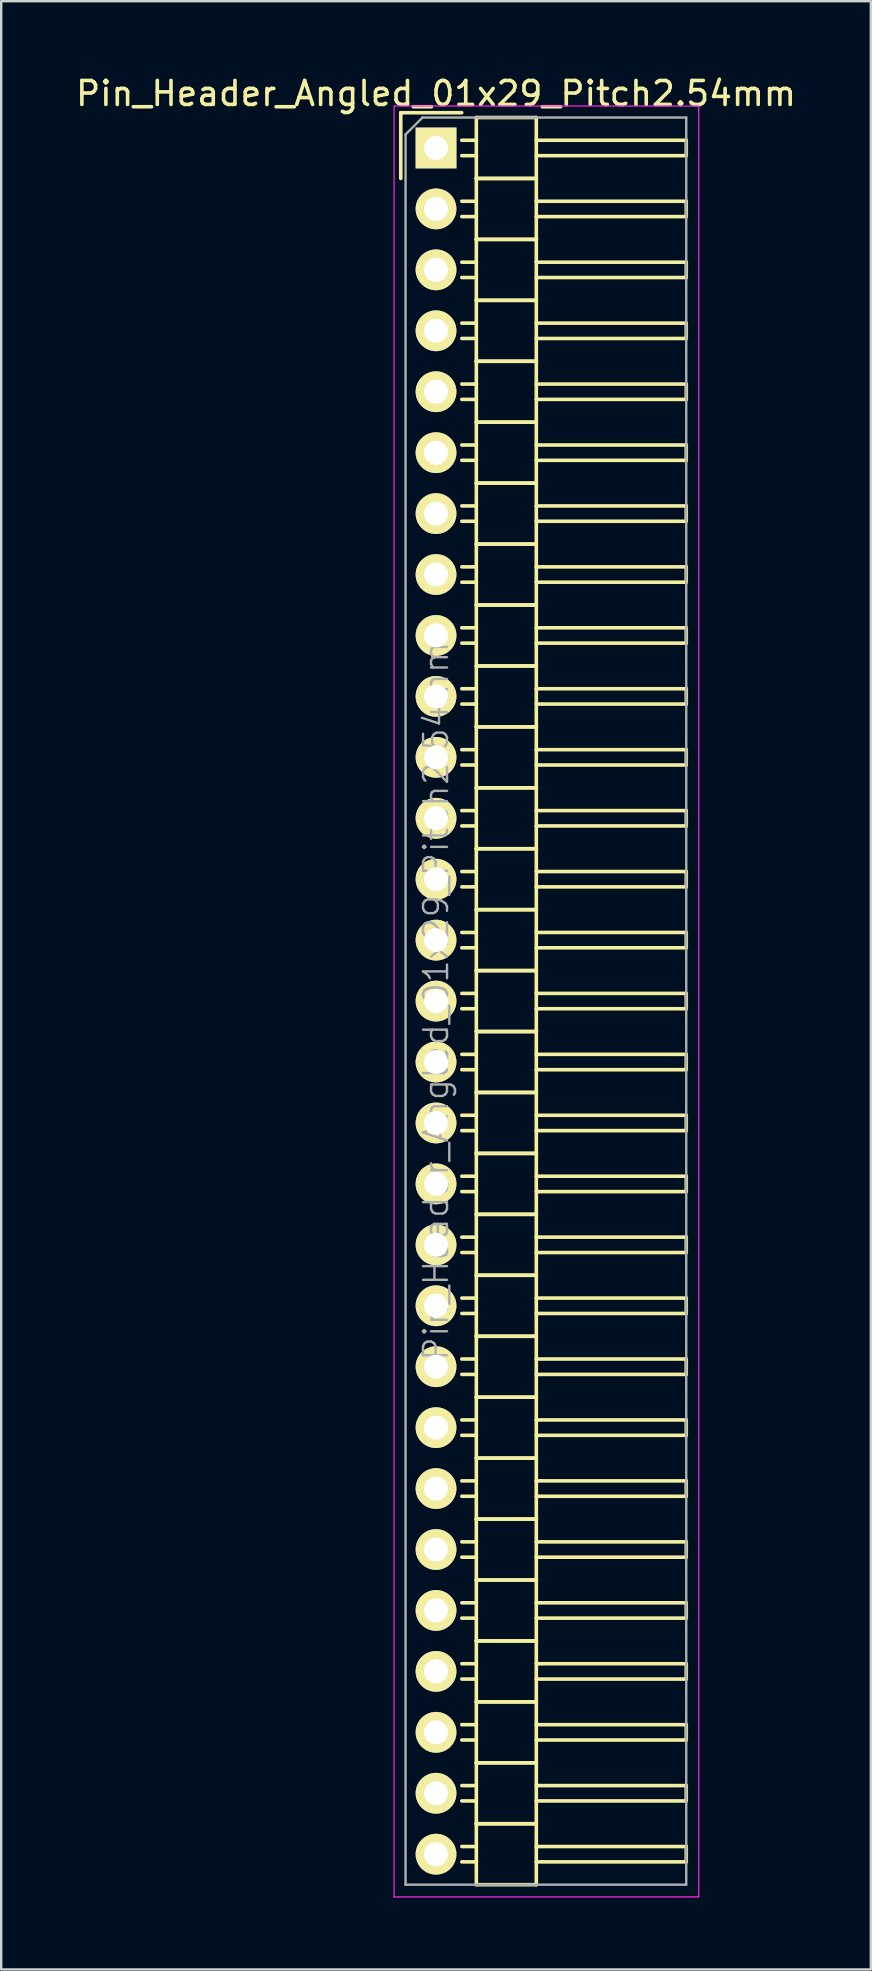
<source format=kicad_pcb>
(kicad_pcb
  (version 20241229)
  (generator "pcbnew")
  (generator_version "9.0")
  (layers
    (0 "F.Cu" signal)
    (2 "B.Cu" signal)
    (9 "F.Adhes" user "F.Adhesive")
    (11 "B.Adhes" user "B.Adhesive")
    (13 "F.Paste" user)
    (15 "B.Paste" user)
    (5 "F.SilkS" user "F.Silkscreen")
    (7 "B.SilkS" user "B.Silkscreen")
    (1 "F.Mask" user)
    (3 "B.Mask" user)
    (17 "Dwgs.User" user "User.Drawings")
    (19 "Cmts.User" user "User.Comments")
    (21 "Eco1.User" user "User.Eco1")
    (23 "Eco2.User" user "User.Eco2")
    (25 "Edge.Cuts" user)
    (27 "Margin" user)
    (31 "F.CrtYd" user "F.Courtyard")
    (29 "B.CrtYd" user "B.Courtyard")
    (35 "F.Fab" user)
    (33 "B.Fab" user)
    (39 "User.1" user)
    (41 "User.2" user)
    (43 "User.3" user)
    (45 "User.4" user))
  (footprint "Pin_Header_Angled_01x29_Pitch2.54mm"
    (layer "F.Cu")
    (at 15.125 3.118)
    (property "Reference" "Pin_Header_Angled_01x29_Pitch2.54mm" (at 0 -2.27 0) (layer "F.SilkS") (effects (font (size 1 1) (thickness 0.15))))
    (attr smd)
    (fp_line (start -1.47 -1.47) (end -1.47 1.27) (stroke (width 0.15) (type solid)) (layer "F.SilkS"))
    (fp_line (start -1.47 -1.47) (end 1.07 -1.47) (stroke (width 0.15) (type solid)) (layer "F.SilkS"))
    (fp_line (start 1.68 -0.32) (end 1.075 -0.32) (stroke (width 0.15) (type solid)) (layer "F.SilkS"))
    (fp_line (start 1.68 0.32) (end 1.075 0.32) (stroke (width 0.15) (type solid)) (layer "F.SilkS"))
    (fp_line (start 1.68 1.27) (end 1.68 -1.27) (stroke (width 0.15) (type solid)) (layer "F.SilkS"))
    (fp_line (start 1.68 2.22) (end 1.075 2.22) (stroke (width 0.15) (type solid)) (layer "F.SilkS"))
    (fp_line (start 1.68 2.86) (end 1.075 2.86) (stroke (width 0.15) (type solid)) (layer "F.SilkS"))
    (fp_line (start 1.68 3.81) (end 1.68 1.27) (stroke (width 0.15) (type solid)) (layer "F.SilkS"))
    (fp_line (start 1.68 4.76) (end 1.075 4.76) (stroke (width 0.15) (type solid)) (layer "F.SilkS"))
    (fp_line (start 1.68 5.4) (end 1.075 5.4) (stroke (width 0.15) (type solid)) (layer "F.SilkS"))
    (fp_line (start 1.68 6.35) (end 1.68 3.81) (stroke (width 0.15) (type solid)) (layer "F.SilkS"))
    (fp_line (start 1.68 7.3) (end 1.075 7.3) (stroke (width 0.15) (type solid)) (layer "F.SilkS"))
    (fp_line (start 1.68 7.94) (end 1.075 7.94) (stroke (width 0.15) (type solid)) (layer "F.SilkS"))
    (fp_line (start 1.68 8.89) (end 1.68 6.35) (stroke (width 0.15) (type solid)) (layer "F.SilkS"))
    (fp_line (start 1.68 9.84) (end 1.075 9.84) (stroke (width 0.15) (type solid)) (layer "F.SilkS"))
    (fp_line (start 1.68 10.48) (end 1.075 10.48) (stroke (width 0.15) (type solid)) (layer "F.SilkS"))
    (fp_line (start 1.68 11.43) (end 1.68 8.89) (stroke (width 0.15) (type solid)) (layer "F.SilkS"))
    (fp_line (start 1.68 12.38) (end 1.075 12.38) (stroke (width 0.15) (type solid)) (layer "F.SilkS"))
    (fp_line (start 1.68 13.02) (end 1.075 13.02) (stroke (width 0.15) (type solid)) (layer "F.SilkS"))
    (fp_line (start 1.68 13.97) (end 1.68 11.43) (stroke (width 0.15) (type solid)) (layer "F.SilkS"))
    (fp_line (start 1.68 14.92) (end 1.075 14.92) (stroke (width 0.15) (type solid)) (layer "F.SilkS"))
    (fp_line (start 1.68 15.56) (end 1.075 15.56) (stroke (width 0.15) (type solid)) (layer "F.SilkS"))
    (fp_line (start 1.68 16.51) (end 1.68 13.97) (stroke (width 0.15) (type solid)) (layer "F.SilkS"))
    (fp_line (start 1.68 17.46) (end 1.075 17.46) (stroke (width 0.15) (type solid)) (layer "F.SilkS"))
    (fp_line (start 1.68 18.1) (end 1.075 18.1) (stroke (width 0.15) (type solid)) (layer "F.SilkS"))
    (fp_line (start 1.68 19.05) (end 1.68 16.51) (stroke (width 0.15) (type solid)) (layer "F.SilkS"))
    (fp_line (start 1.68 20) (end 1.075 20) (stroke (width 0.15) (type solid)) (layer "F.SilkS"))
    (fp_line (start 1.68 20.64) (end 1.075 20.64) (stroke (width 0.15) (type solid)) (layer "F.SilkS"))
    (fp_line (start 1.68 21.59) (end 1.68 19.05) (stroke (width 0.15) (type solid)) (layer "F.SilkS"))
    (fp_line (start 1.68 22.54) (end 1.075 22.54) (stroke (width 0.15) (type solid)) (layer "F.SilkS"))
    (fp_line (start 1.68 23.18) (end 1.075 23.18) (stroke (width 0.15) (type solid)) (layer "F.SilkS"))
    (fp_line (start 1.68 24.13) (end 1.68 21.59) (stroke (width 0.15) (type solid)) (layer "F.SilkS"))
    (fp_line (start 1.68 25.08) (end 1.075 25.08) (stroke (width 0.15) (type solid)) (layer "F.SilkS"))
    (fp_line (start 1.68 25.72) (end 1.075 25.72) (stroke (width 0.15) (type solid)) (layer "F.SilkS"))
    (fp_line (start 1.68 26.67) (end 1.68 24.13) (stroke (width 0.15) (type solid)) (layer "F.SilkS"))
    (fp_line (start 1.68 27.62) (end 1.075 27.62) (stroke (width 0.15) (type solid)) (layer "F.SilkS"))
    (fp_line (start 1.68 28.26) (end 1.075 28.26) (stroke (width 0.15) (type solid)) (layer "F.SilkS"))
    (fp_line (start 1.68 29.21) (end 1.68 26.67) (stroke (width 0.15) (type solid)) (layer "F.SilkS"))
    (fp_line (start 1.68 30.16) (end 1.075 30.16) (stroke (width 0.15) (type solid)) (layer "F.SilkS"))
    (fp_line (start 1.68 30.8) (end 1.075 30.8) (stroke (width 0.15) (type solid)) (layer "F.SilkS"))
    (fp_line (start 1.68 31.75) (end 1.68 29.21) (stroke (width 0.15) (type solid)) (layer "F.SilkS"))
    (fp_line (start 1.68 32.7) (end 1.075 32.7) (stroke (width 0.15) (type solid)) (layer "F.SilkS"))
    (fp_line (start 1.68 33.34) (end 1.075 33.34) (stroke (width 0.15) (type solid)) (layer "F.SilkS"))
    (fp_line (start 1.68 34.29) (end 1.68 31.75) (stroke (width 0.15) (type solid)) (layer "F.SilkS"))
    (fp_line (start 1.68 35.24) (end 1.075 35.24) (stroke (width 0.15) (type solid)) (layer "F.SilkS"))
    (fp_line (start 1.68 35.88) (end 1.075 35.88) (stroke (width 0.15) (type solid)) (layer "F.SilkS"))
    (fp_line (start 1.68 36.83) (end 1.68 34.29) (stroke (width 0.15) (type solid)) (layer "F.SilkS"))
    (fp_line (start 1.68 37.78) (end 1.075 37.78) (stroke (width 0.15) (type solid)) (layer "F.SilkS"))
    (fp_line (start 1.68 38.42) (end 1.075 38.42) (stroke (width 0.15) (type solid)) (layer "F.SilkS"))
    (fp_line (start 1.68 39.37) (end 1.68 36.83) (stroke (width 0.15) (type solid)) (layer "F.SilkS"))
    (fp_line (start 1.68 40.32) (end 1.075 40.32) (stroke (width 0.15) (type solid)) (layer "F.SilkS"))
    (fp_line (start 1.68 40.96) (end 1.075 40.96) (stroke (width 0.15) (type solid)) (layer "F.SilkS"))
    (fp_line (start 1.68 41.91) (end 1.68 39.37) (stroke (width 0.15) (type solid)) (layer "F.SilkS"))
    (fp_line (start 1.68 42.86) (end 1.075 42.86) (stroke (width 0.15) (type solid)) (layer "F.SilkS"))
    (fp_line (start 1.68 43.5) (end 1.075 43.5) (stroke (width 0.15) (type solid)) (layer "F.SilkS"))
    (fp_line (start 1.68 44.45) (end 1.68 41.91) (stroke (width 0.15) (type solid)) (layer "F.SilkS"))
    (fp_line (start 1.68 45.4) (end 1.075 45.4) (stroke (width 0.15) (type solid)) (layer "F.SilkS"))
    (fp_line (start 1.68 46.04) (end 1.075 46.04) (stroke (width 0.15) (type solid)) (layer "F.SilkS"))
    (fp_line (start 1.68 46.99) (end 1.68 44.45) (stroke (width 0.15) (type solid)) (layer "F.SilkS"))
    (fp_line (start 1.68 47.94) (end 1.075 47.94) (stroke (width 0.15) (type solid)) (layer "F.SilkS"))
    (fp_line (start 1.68 48.58) (end 1.075 48.58) (stroke (width 0.15) (type solid)) (layer "F.SilkS"))
    (fp_line (start 1.68 49.53) (end 1.68 46.99) (stroke (width 0.15) (type solid)) (layer "F.SilkS"))
    (fp_line (start 1.68 50.48) (end 1.075 50.48) (stroke (width 0.15) (type solid)) (layer "F.SilkS"))
    (fp_line (start 1.68 51.12) (end 1.075 51.12) (stroke (width 0.15) (type solid)) (layer "F.SilkS"))
    (fp_line (start 1.68 52.07) (end 1.68 49.53) (stroke (width 0.15) (type solid)) (layer "F.SilkS"))
    (fp_line (start 1.68 53.02) (end 1.075 53.02) (stroke (width 0.15) (type solid)) (layer "F.SilkS"))
    (fp_line (start 1.68 53.66) (end 1.075 53.66) (stroke (width 0.15) (type solid)) (layer "F.SilkS"))
    (fp_line (start 1.68 54.61) (end 1.68 52.07) (stroke (width 0.15) (type solid)) (layer "F.SilkS"))
    (fp_line (start 1.68 55.56) (end 1.075 55.56) (stroke (width 0.15) (type solid)) (layer "F.SilkS"))
    (fp_line (start 1.68 56.2) (end 1.075 56.2) (stroke (width 0.15) (type solid)) (layer "F.SilkS"))
    (fp_line (start 1.68 57.15) (end 1.68 54.61) (stroke (width 0.15) (type solid)) (layer "F.SilkS"))
    (fp_line (start 1.68 58.1) (end 1.075 58.1) (stroke (width 0.15) (type solid)) (layer "F.SilkS"))
    (fp_line (start 1.68 58.74) (end 1.075 58.74) (stroke (width 0.15) (type solid)) (layer "F.SilkS"))
    (fp_line (start 1.68 59.69) (end 1.68 57.15) (stroke (width 0.15) (type solid)) (layer "F.SilkS"))
    (fp_line (start 1.68 60.64) (end 1.075 60.64) (stroke (width 0.15) (type solid)) (layer "F.SilkS"))
    (fp_line (start 1.68 61.28) (end 1.075 61.28) (stroke (width 0.15) (type solid)) (layer "F.SilkS"))
    (fp_line (start 1.68 62.23) (end 1.68 59.69) (stroke (width 0.15) (type solid)) (layer "F.SilkS"))
    (fp_line (start 1.68 63.18) (end 1.075 63.18) (stroke (width 0.15) (type solid)) (layer "F.SilkS"))
    (fp_line (start 1.68 63.82) (end 1.075 63.82) (stroke (width 0.15) (type solid)) (layer "F.SilkS"))
    (fp_line (start 1.68 64.77) (end 1.68 62.23) (stroke (width 0.15) (type solid)) (layer "F.SilkS"))
    (fp_line (start 1.68 65.72) (end 1.075 65.72) (stroke (width 0.15) (type solid)) (layer "F.SilkS"))
    (fp_line (start 1.68 66.36) (end 1.075 66.36) (stroke (width 0.15) (type solid)) (layer "F.SilkS"))
    (fp_line (start 1.68 67.31) (end 1.68 64.77) (stroke (width 0.15) (type solid)) (layer "F.SilkS"))
    (fp_line (start 1.68 68.26) (end 1.075 68.26) (stroke (width 0.15) (type solid)) (layer "F.SilkS"))
    (fp_line (start 1.68 68.9) (end 1.075 68.9) (stroke (width 0.15) (type solid)) (layer "F.SilkS"))
    (fp_line (start 1.68 69.85) (end 1.68 67.31) (stroke (width 0.15) (type solid)) (layer "F.SilkS"))
    (fp_line (start 1.68 70.8) (end 1.075 70.8) (stroke (width 0.15) (type solid)) (layer "F.SilkS"))
    (fp_line (start 1.68 71.44) (end 1.075 71.44) (stroke (width 0.15) (type solid)) (layer "F.SilkS"))
    (fp_line (start 1.68 72.39) (end 1.68 69.85) (stroke (width 0.15) (type solid)) (layer "F.SilkS"))
    (fp_line (start 4.18 -1.27) (end 1.68 -1.27) (stroke (width 0.15) (type solid)) (layer "F.SilkS"))
    (fp_line (start 4.18 -0.32) (end 10.43 -0.32) (stroke (width 0.15) (type solid)) (layer "F.SilkS"))
    (fp_line (start 4.18 0.32) (end 10.43 0.32) (stroke (width 0.15) (type solid)) (layer "F.SilkS"))
    (fp_line (start 4.18 1.27) (end 1.68 1.27) (stroke (width 0.15) (type solid)) (layer "F.SilkS"))
    (fp_line (start 4.18 1.27) (end 1.68 1.27) (stroke (width 0.15) (type solid)) (layer "F.SilkS"))
    (fp_line (start 4.18 1.27) (end 4.18 -1.27) (stroke (width 0.15) (type solid)) (layer "F.SilkS"))
    (fp_line (start 4.18 2.22) (end 10.43 2.22) (stroke (width 0.15) (type solid)) (layer "F.SilkS"))
    (fp_line (start 4.18 2.86) (end 10.43 2.86) (stroke (width 0.15) (type solid)) (layer "F.SilkS"))
    (fp_line (start 4.18 3.81) (end 1.68 3.81) (stroke (width 0.15) (type solid)) (layer "F.SilkS"))
    (fp_line (start 4.18 3.81) (end 1.68 3.81) (stroke (width 0.15) (type solid)) (layer "F.SilkS"))
    (fp_line (start 4.18 3.81) (end 4.18 1.27) (stroke (width 0.15) (type solid)) (layer "F.SilkS"))
    (fp_line (start 4.18 4.76) (end 10.43 4.76) (stroke (width 0.15) (type solid)) (layer "F.SilkS"))
    (fp_line (start 4.18 5.4) (end 10.43 5.4) (stroke (width 0.15) (type solid)) (layer "F.SilkS"))
    (fp_line (start 4.18 6.35) (end 1.68 6.35) (stroke (width 0.15) (type solid)) (layer "F.SilkS"))
    (fp_line (start 4.18 6.35) (end 1.68 6.35) (stroke (width 0.15) (type solid)) (layer "F.SilkS"))
    (fp_line (start 4.18 6.35) (end 4.18 3.81) (stroke (width 0.15) (type solid)) (layer "F.SilkS"))
    (fp_line (start 4.18 7.3) (end 10.43 7.3) (stroke (width 0.15) (type solid)) (layer "F.SilkS"))
    (fp_line (start 4.18 7.94) (end 10.43 7.94) (stroke (width 0.15) (type solid)) (layer "F.SilkS"))
    (fp_line (start 4.18 8.89) (end 1.68 8.89) (stroke (width 0.15) (type solid)) (layer "F.SilkS"))
    (fp_line (start 4.18 8.89) (end 1.68 8.89) (stroke (width 0.15) (type solid)) (layer "F.SilkS"))
    (fp_line (start 4.18 8.89) (end 4.18 6.35) (stroke (width 0.15) (type solid)) (layer "F.SilkS"))
    (fp_line (start 4.18 9.84) (end 10.43 9.84) (stroke (width 0.15) (type solid)) (layer "F.SilkS"))
    (fp_line (start 4.18 10.48) (end 10.43 10.48) (stroke (width 0.15) (type solid)) (layer "F.SilkS"))
    (fp_line (start 4.18 11.43) (end 1.68 11.43) (stroke (width 0.15) (type solid)) (layer "F.SilkS"))
    (fp_line (start 4.18 11.43) (end 1.68 11.43) (stroke (width 0.15) (type solid)) (layer "F.SilkS"))
    (fp_line (start 4.18 11.43) (end 4.18 8.89) (stroke (width 0.15) (type solid)) (layer "F.SilkS"))
    (fp_line (start 4.18 12.38) (end 10.43 12.38) (stroke (width 0.15) (type solid)) (layer "F.SilkS"))
    (fp_line (start 4.18 13.02) (end 10.43 13.02) (stroke (width 0.15) (type solid)) (layer "F.SilkS"))
    (fp_line (start 4.18 13.97) (end 1.68 13.97) (stroke (width 0.15) (type solid)) (layer "F.SilkS"))
    (fp_line (start 4.18 13.97) (end 1.68 13.97) (stroke (width 0.15) (type solid)) (layer "F.SilkS"))
    (fp_line (start 4.18 13.97) (end 4.18 11.43) (stroke (width 0.15) (type solid)) (layer "F.SilkS"))
    (fp_line (start 4.18 14.92) (end 10.43 14.92) (stroke (width 0.15) (type solid)) (layer "F.SilkS"))
    (fp_line (start 4.18 15.56) (end 10.43 15.56) (stroke (width 0.15) (type solid)) (layer "F.SilkS"))
    (fp_line (start 4.18 16.51) (end 1.68 16.51) (stroke (width 0.15) (type solid)) (layer "F.SilkS"))
    (fp_line (start 4.18 16.51) (end 1.68 16.51) (stroke (width 0.15) (type solid)) (layer "F.SilkS"))
    (fp_line (start 4.18 16.51) (end 4.18 13.97) (stroke (width 0.15) (type solid)) (layer "F.SilkS"))
    (fp_line (start 4.18 17.46) (end 10.43 17.46) (stroke (width 0.15) (type solid)) (layer "F.SilkS"))
    (fp_line (start 4.18 18.1) (end 10.43 18.1) (stroke (width 0.15) (type solid)) (layer "F.SilkS"))
    (fp_line (start 4.18 19.05) (end 1.68 19.05) (stroke (width 0.15) (type solid)) (layer "F.SilkS"))
    (fp_line (start 4.18 19.05) (end 1.68 19.05) (stroke (width 0.15) (type solid)) (layer "F.SilkS"))
    (fp_line (start 4.18 19.05) (end 4.18 16.51) (stroke (width 0.15) (type solid)) (layer "F.SilkS"))
    (fp_line (start 4.18 20) (end 10.43 20) (stroke (width 0.15) (type solid)) (layer "F.SilkS"))
    (fp_line (start 4.18 20.64) (end 10.43 20.64) (stroke (width 0.15) (type solid)) (layer "F.SilkS"))
    (fp_line (start 4.18 21.59) (end 1.68 21.59) (stroke (width 0.15) (type solid)) (layer "F.SilkS"))
    (fp_line (start 4.18 21.59) (end 1.68 21.59) (stroke (width 0.15) (type solid)) (layer "F.SilkS"))
    (fp_line (start 4.18 21.59) (end 4.18 19.05) (stroke (width 0.15) (type solid)) (layer "F.SilkS"))
    (fp_line (start 4.18 22.54) (end 10.43 22.54) (stroke (width 0.15) (type solid)) (layer "F.SilkS"))
    (fp_line (start 4.18 23.18) (end 10.43 23.18) (stroke (width 0.15) (type solid)) (layer "F.SilkS"))
    (fp_line (start 4.18 24.13) (end 1.68 24.13) (stroke (width 0.15) (type solid)) (layer "F.SilkS"))
    (fp_line (start 4.18 24.13) (end 1.68 24.13) (stroke (width 0.15) (type solid)) (layer "F.SilkS"))
    (fp_line (start 4.18 24.13) (end 4.18 21.59) (stroke (width 0.15) (type solid)) (layer "F.SilkS"))
    (fp_line (start 4.18 25.08) (end 10.43 25.08) (stroke (width 0.15) (type solid)) (layer "F.SilkS"))
    (fp_line (start 4.18 25.72) (end 10.43 25.72) (stroke (width 0.15) (type solid)) (layer "F.SilkS"))
    (fp_line (start 4.18 26.67) (end 1.68 26.67) (stroke (width 0.15) (type solid)) (layer "F.SilkS"))
    (fp_line (start 4.18 26.67) (end 1.68 26.67) (stroke (width 0.15) (type solid)) (layer "F.SilkS"))
    (fp_line (start 4.18 26.67) (end 4.18 24.13) (stroke (width 0.15) (type solid)) (layer "F.SilkS"))
    (fp_line (start 4.18 27.62) (end 10.43 27.62) (stroke (width 0.15) (type solid)) (layer "F.SilkS"))
    (fp_line (start 4.18 28.26) (end 10.43 28.26) (stroke (width 0.15) (type solid)) (layer "F.SilkS"))
    (fp_line (start 4.18 29.21) (end 1.68 29.21) (stroke (width 0.15) (type solid)) (layer "F.SilkS"))
    (fp_line (start 4.18 29.21) (end 1.68 29.21) (stroke (width 0.15) (type solid)) (layer "F.SilkS"))
    (fp_line (start 4.18 29.21) (end 4.18 26.67) (stroke (width 0.15) (type solid)) (layer "F.SilkS"))
    (fp_line (start 4.18 30.16) (end 10.43 30.16) (stroke (width 0.15) (type solid)) (layer "F.SilkS"))
    (fp_line (start 4.18 30.8) (end 10.43 30.8) (stroke (width 0.15) (type solid)) (layer "F.SilkS"))
    (fp_line (start 4.18 31.75) (end 1.68 31.75) (stroke (width 0.15) (type solid)) (layer "F.SilkS"))
    (fp_line (start 4.18 31.75) (end 1.68 31.75) (stroke (width 0.15) (type solid)) (layer "F.SilkS"))
    (fp_line (start 4.18 31.75) (end 4.18 29.21) (stroke (width 0.15) (type solid)) (layer "F.SilkS"))
    (fp_line (start 4.18 32.7) (end 10.43 32.7) (stroke (width 0.15) (type solid)) (layer "F.SilkS"))
    (fp_line (start 4.18 33.34) (end 10.43 33.34) (stroke (width 0.15) (type solid)) (layer "F.SilkS"))
    (fp_line (start 4.18 34.29) (end 1.68 34.29) (stroke (width 0.15) (type solid)) (layer "F.SilkS"))
    (fp_line (start 4.18 34.29) (end 1.68 34.29) (stroke (width 0.15) (type solid)) (layer "F.SilkS"))
    (fp_line (start 4.18 34.29) (end 4.18 31.75) (stroke (width 0.15) (type solid)) (layer "F.SilkS"))
    (fp_line (start 4.18 35.24) (end 10.43 35.24) (stroke (width 0.15) (type solid)) (layer "F.SilkS"))
    (fp_line (start 4.18 35.88) (end 10.43 35.88) (stroke (width 0.15) (type solid)) (layer "F.SilkS"))
    (fp_line (start 4.18 36.83) (end 1.68 36.83) (stroke (width 0.15) (type solid)) (layer "F.SilkS"))
    (fp_line (start 4.18 36.83) (end 1.68 36.83) (stroke (width 0.15) (type solid)) (layer "F.SilkS"))
    (fp_line (start 4.18 36.83) (end 4.18 34.29) (stroke (width 0.15) (type solid)) (layer "F.SilkS"))
    (fp_line (start 4.18 37.78) (end 10.43 37.78) (stroke (width 0.15) (type solid)) (layer "F.SilkS"))
    (fp_line (start 4.18 38.42) (end 10.43 38.42) (stroke (width 0.15) (type solid)) (layer "F.SilkS"))
    (fp_line (start 4.18 39.37) (end 1.68 39.37) (stroke (width 0.15) (type solid)) (layer "F.SilkS"))
    (fp_line (start 4.18 39.37) (end 1.68 39.37) (stroke (width 0.15) (type solid)) (layer "F.SilkS"))
    (fp_line (start 4.18 39.37) (end 4.18 36.83) (stroke (width 0.15) (type solid)) (layer "F.SilkS"))
    (fp_line (start 4.18 40.32) (end 10.43 40.32) (stroke (width 0.15) (type solid)) (layer "F.SilkS"))
    (fp_line (start 4.18 40.96) (end 10.43 40.96) (stroke (width 0.15) (type solid)) (layer "F.SilkS"))
    (fp_line (start 4.18 41.91) (end 1.68 41.91) (stroke (width 0.15) (type solid)) (layer "F.SilkS"))
    (fp_line (start 4.18 41.91) (end 1.68 41.91) (stroke (width 0.15) (type solid)) (layer "F.SilkS"))
    (fp_line (start 4.18 41.91) (end 4.18 39.37) (stroke (width 0.15) (type solid)) (layer "F.SilkS"))
    (fp_line (start 4.18 42.86) (end 10.43 42.86) (stroke (width 0.15) (type solid)) (layer "F.SilkS"))
    (fp_line (start 4.18 43.5) (end 10.43 43.5) (stroke (width 0.15) (type solid)) (layer "F.SilkS"))
    (fp_line (start 4.18 44.45) (end 1.68 44.45) (stroke (width 0.15) (type solid)) (layer "F.SilkS"))
    (fp_line (start 4.18 44.45) (end 1.68 44.45) (stroke (width 0.15) (type solid)) (layer "F.SilkS"))
    (fp_line (start 4.18 44.45) (end 4.18 41.91) (stroke (width 0.15) (type solid)) (layer "F.SilkS"))
    (fp_line (start 4.18 45.4) (end 10.43 45.4) (stroke (width 0.15) (type solid)) (layer "F.SilkS"))
    (fp_line (start 4.18 46.04) (end 10.43 46.04) (stroke (width 0.15) (type solid)) (layer "F.SilkS"))
    (fp_line (start 4.18 46.99) (end 1.68 46.99) (stroke (width 0.15) (type solid)) (layer "F.SilkS"))
    (fp_line (start 4.18 46.99) (end 1.68 46.99) (stroke (width 0.15) (type solid)) (layer "F.SilkS"))
    (fp_line (start 4.18 46.99) (end 4.18 44.45) (stroke (width 0.15) (type solid)) (layer "F.SilkS"))
    (fp_line (start 4.18 47.94) (end 10.43 47.94) (stroke (width 0.15) (type solid)) (layer "F.SilkS"))
    (fp_line (start 4.18 48.58) (end 10.43 48.58) (stroke (width 0.15) (type solid)) (layer "F.SilkS"))
    (fp_line (start 4.18 49.53) (end 1.68 49.53) (stroke (width 0.15) (type solid)) (layer "F.SilkS"))
    (fp_line (start 4.18 49.53) (end 1.68 49.53) (stroke (width 0.15) (type solid)) (layer "F.SilkS"))
    (fp_line (start 4.18 49.53) (end 4.18 46.99) (stroke (width 0.15) (type solid)) (layer "F.SilkS"))
    (fp_line (start 4.18 50.48) (end 10.43 50.48) (stroke (width 0.15) (type solid)) (layer "F.SilkS"))
    (fp_line (start 4.18 51.12) (end 10.43 51.12) (stroke (width 0.15) (type solid)) (layer "F.SilkS"))
    (fp_line (start 4.18 52.07) (end 1.68 52.07) (stroke (width 0.15) (type solid)) (layer "F.SilkS"))
    (fp_line (start 4.18 52.07) (end 1.68 52.07) (stroke (width 0.15) (type solid)) (layer "F.SilkS"))
    (fp_line (start 4.18 52.07) (end 4.18 49.53) (stroke (width 0.15) (type solid)) (layer "F.SilkS"))
    (fp_line (start 4.18 53.02) (end 10.43 53.02) (stroke (width 0.15) (type solid)) (layer "F.SilkS"))
    (fp_line (start 4.18 53.66) (end 10.43 53.66) (stroke (width 0.15) (type solid)) (layer "F.SilkS"))
    (fp_line (start 4.18 54.61) (end 1.68 54.61) (stroke (width 0.15) (type solid)) (layer "F.SilkS"))
    (fp_line (start 4.18 54.61) (end 1.68 54.61) (stroke (width 0.15) (type solid)) (layer "F.SilkS"))
    (fp_line (start 4.18 54.61) (end 4.18 52.07) (stroke (width 0.15) (type solid)) (layer "F.SilkS"))
    (fp_line (start 4.18 55.56) (end 10.43 55.56) (stroke (width 0.15) (type solid)) (layer "F.SilkS"))
    (fp_line (start 4.18 56.2) (end 10.43 56.2) (stroke (width 0.15) (type solid)) (layer "F.SilkS"))
    (fp_line (start 4.18 57.15) (end 1.68 57.15) (stroke (width 0.15) (type solid)) (layer "F.SilkS"))
    (fp_line (start 4.18 57.15) (end 1.68 57.15) (stroke (width 0.15) (type solid)) (layer "F.SilkS"))
    (fp_line (start 4.18 57.15) (end 4.18 54.61) (stroke (width 0.15) (type solid)) (layer "F.SilkS"))
    (fp_line (start 4.18 58.1) (end 10.43 58.1) (stroke (width 0.15) (type solid)) (layer "F.SilkS"))
    (fp_line (start 4.18 58.74) (end 10.43 58.74) (stroke (width 0.15) (type solid)) (layer "F.SilkS"))
    (fp_line (start 4.18 59.69) (end 1.68 59.69) (stroke (width 0.15) (type solid)) (layer "F.SilkS"))
    (fp_line (start 4.18 59.69) (end 1.68 59.69) (stroke (width 0.15) (type solid)) (layer "F.SilkS"))
    (fp_line (start 4.18 59.69) (end 4.18 57.15) (stroke (width 0.15) (type solid)) (layer "F.SilkS"))
    (fp_line (start 4.18 60.64) (end 10.43 60.64) (stroke (width 0.15) (type solid)) (layer "F.SilkS"))
    (fp_line (start 4.18 61.28) (end 10.43 61.28) (stroke (width 0.15) (type solid)) (layer "F.SilkS"))
    (fp_line (start 4.18 62.23) (end 1.68 62.23) (stroke (width 0.15) (type solid)) (layer "F.SilkS"))
    (fp_line (start 4.18 62.23) (end 1.68 62.23) (stroke (width 0.15) (type solid)) (layer "F.SilkS"))
    (fp_line (start 4.18 62.23) (end 4.18 59.69) (stroke (width 0.15) (type solid)) (layer "F.SilkS"))
    (fp_line (start 4.18 63.18) (end 10.43 63.18) (stroke (width 0.15) (type solid)) (layer "F.SilkS"))
    (fp_line (start 4.18 63.82) (end 10.43 63.82) (stroke (width 0.15) (type solid)) (layer "F.SilkS"))
    (fp_line (start 4.18 64.77) (end 1.68 64.77) (stroke (width 0.15) (type solid)) (layer "F.SilkS"))
    (fp_line (start 4.18 64.77) (end 1.68 64.77) (stroke (width 0.15) (type solid)) (layer "F.SilkS"))
    (fp_line (start 4.18 64.77) (end 4.18 62.23) (stroke (width 0.15) (type solid)) (layer "F.SilkS"))
    (fp_line (start 4.18 65.72) (end 10.43 65.72) (stroke (width 0.15) (type solid)) (layer "F.SilkS"))
    (fp_line (start 4.18 66.36) (end 10.43 66.36) (stroke (width 0.15) (type solid)) (layer "F.SilkS"))
    (fp_line (start 4.18 67.31) (end 1.68 67.31) (stroke (width 0.15) (type solid)) (layer "F.SilkS"))
    (fp_line (start 4.18 67.31) (end 1.68 67.31) (stroke (width 0.15) (type solid)) (layer "F.SilkS"))
    (fp_line (start 4.18 67.31) (end 4.18 64.77) (stroke (width 0.15) (type solid)) (layer "F.SilkS"))
    (fp_line (start 4.18 68.26) (end 10.43 68.26) (stroke (width 0.15) (type solid)) (layer "F.SilkS"))
    (fp_line (start 4.18 68.9) (end 10.43 68.9) (stroke (width 0.15) (type solid)) (layer "F.SilkS"))
    (fp_line (start 4.18 69.85) (end 1.68 69.85) (stroke (width 0.15) (type solid)) (layer "F.SilkS"))
    (fp_line (start 4.18 69.85) (end 1.68 69.85) (stroke (width 0.15) (type solid)) (layer "F.SilkS"))
    (fp_line (start 4.18 69.85) (end 4.18 67.31) (stroke (width 0.15) (type solid)) (layer "F.SilkS"))
    (fp_line (start 4.18 70.8) (end 10.43 70.8) (stroke (width 0.15) (type solid)) (layer "F.SilkS"))
    (fp_line (start 4.18 71.44) (end 10.43 71.44) (stroke (width 0.15) (type solid)) (layer "F.SilkS"))
    (fp_line (start 4.18 72.39) (end 1.68 72.39) (stroke (width 0.15) (type solid)) (layer "F.SilkS"))
    (fp_line (start 4.18 72.39) (end 4.18 69.85) (stroke (width 0.15) (type solid)) (layer "F.SilkS"))
    (fp_line (start 10.43 0.32) (end 10.43 -0.32) (stroke (width 0.15) (type solid)) (layer "F.SilkS"))
    (fp_line (start 10.43 2.86) (end 10.43 2.22) (stroke (width 0.15) (type solid)) (layer "F.SilkS"))
    (fp_line (start 10.43 5.4) (end 10.43 4.76) (stroke (width 0.15) (type solid)) (layer "F.SilkS"))
    (fp_line (start 10.43 7.94) (end 10.43 7.3) (stroke (width 0.15) (type solid)) (layer "F.SilkS"))
    (fp_line (start 10.43 10.48) (end 10.43 9.84) (stroke (width 0.15) (type solid)) (layer "F.SilkS"))
    (fp_line (start 10.43 13.02) (end 10.43 12.38) (stroke (width 0.15) (type solid)) (layer "F.SilkS"))
    (fp_line (start 10.43 15.56) (end 10.43 14.92) (stroke (width 0.15) (type solid)) (layer "F.SilkS"))
    (fp_line (start 10.43 18.1) (end 10.43 17.46) (stroke (width 0.15) (type solid)) (layer "F.SilkS"))
    (fp_line (start 10.43 20.64) (end 10.43 20) (stroke (width 0.15) (type solid)) (layer "F.SilkS"))
    (fp_line (start 10.43 23.18) (end 10.43 22.54) (stroke (width 0.15) (type solid)) (layer "F.SilkS"))
    (fp_line (start 10.43 25.72) (end 10.43 25.08) (stroke (width 0.15) (type solid)) (layer "F.SilkS"))
    (fp_line (start 10.43 28.26) (end 10.43 27.62) (stroke (width 0.15) (type solid)) (layer "F.SilkS"))
    (fp_line (start 10.43 30.8) (end 10.43 30.16) (stroke (width 0.15) (type solid)) (layer "F.SilkS"))
    (fp_line (start 10.43 33.34) (end 10.43 32.7) (stroke (width 0.15) (type solid)) (layer "F.SilkS"))
    (fp_line (start 10.43 35.88) (end 10.43 35.24) (stroke (width 0.15) (type solid)) (layer "F.SilkS"))
    (fp_line (start 10.43 38.42) (end 10.43 37.78) (stroke (width 0.15) (type solid)) (layer "F.SilkS"))
    (fp_line (start 10.43 40.96) (end 10.43 40.32) (stroke (width 0.15) (type solid)) (layer "F.SilkS"))
    (fp_line (start 10.43 43.5) (end 10.43 42.86) (stroke (width 0.15) (type solid)) (layer "F.SilkS"))
    (fp_line (start 10.43 46.04) (end 10.43 45.4) (stroke (width 0.15) (type solid)) (layer "F.SilkS"))
    (fp_line (start 10.43 48.58) (end 10.43 47.94) (stroke (width 0.15) (type solid)) (layer "F.SilkS"))
    (fp_line (start 10.43 51.12) (end 10.43 50.48) (stroke (width 0.15) (type solid)) (layer "F.SilkS"))
    (fp_line (start 10.43 53.66) (end 10.43 53.02) (stroke (width 0.15) (type solid)) (layer "F.SilkS"))
    (fp_line (start 10.43 56.2) (end 10.43 55.56) (stroke (width 0.15) (type solid)) (layer "F.SilkS"))
    (fp_line (start 10.43 58.74) (end 10.43 58.1) (stroke (width 0.15) (type solid)) (layer "F.SilkS"))
    (fp_line (start 10.43 61.28) (end 10.43 60.64) (stroke (width 0.15) (type solid)) (layer "F.SilkS"))
    (fp_line (start 10.43 63.82) (end 10.43 63.18) (stroke (width 0.15) (type solid)) (layer "F.SilkS"))
    (fp_line (start 10.43 66.36) (end 10.43 65.72) (stroke (width 0.15) (type solid)) (layer "F.SilkS"))
    (fp_line (start 10.43 68.9) (end 10.43 68.26) (stroke (width 0.15) (type solid)) (layer "F.SilkS"))
    (fp_line (start 10.43 71.44) (end 10.43 70.8) (stroke (width 0.15) (type solid)) (layer "F.SilkS"))
    (fp_line (start -1.75 -1.75) (end -1.75 72.9) (stroke (width 0.05) (type solid)) (layer "F.CrtYd"))
    (fp_line (start 10.95 -1.75) (end -1.75 -1.75) (stroke (width 0.05) (type solid)) (layer "F.CrtYd"))
    (fp_line (start 10.95 -1.75) (end 10.95 72.9) (stroke (width 0.05) (type solid)) (layer "F.CrtYd"))
    (fp_line (start 10.95 72.9) (end -1.75 72.9) (stroke (width 0.05) (type solid)) (layer "F.CrtYd"))
    (fp_line (start -1.27 -0.563) (end -0.563 -1.27) (stroke (width 0.1) (type solid)) (layer "F.Fab"))
    (fp_line (start -1.27 72.39) (end -1.27 -0.563) (stroke (width 0.1) (type solid)) (layer "F.Fab"))
    (fp_line (start 10.43 -1.27) (end -0.563 -1.27) (stroke (width 0.1) (type solid)) (layer "F.Fab"))
    (fp_line (start 10.43 72.39) (end -1.27 72.39) (stroke (width 0.1) (type solid)) (layer "F.Fab"))
    (fp_line (start 10.43 72.39) (end 10.43 -1.27) (stroke (width 0.1) (type solid)) (layer "F.Fab"))
    (fp_text user "${REFERENCE}" (at 0 35.56 90) (layer "F.Fab") (effects (font (size 1 1) (thickness 0.1))))
    (pad "1" thru_hole rect (at 0 0) (size 1.7 1.7) (drill 1) (layers "*.Cu" "*.Mask" "F.SilkS"))
    (pad "2" thru_hole oval (at 0 2.54) (size 1.7 1.7) (drill 1) (layers "*.Cu" "*.Mask" "F.SilkS"))
    (pad "3" thru_hole oval (at 0 5.08) (size 1.7 1.7) (drill 1) (layers "*.Cu" "*.Mask" "F.SilkS"))
    (pad "4" thru_hole oval (at 0 7.62) (size 1.7 1.7) (drill 1) (layers "*.Cu" "*.Mask" "F.SilkS"))
    (pad "5" thru_hole oval (at 0 10.16) (size 1.7 1.7) (drill 1) (layers "*.Cu" "*.Mask" "F.SilkS"))
    (pad "6" thru_hole oval (at 0 12.7) (size 1.7 1.7) (drill 1) (layers "*.Cu" "*.Mask" "F.SilkS"))
    (pad "7" thru_hole oval (at 0 15.24) (size 1.7 1.7) (drill 1) (layers "*.Cu" "*.Mask" "F.SilkS"))
    (pad "8" thru_hole oval (at 0 17.78) (size 1.7 1.7) (drill 1) (layers "*.Cu" "*.Mask" "F.SilkS"))
    (pad "9" thru_hole oval (at 0 20.32) (size 1.7 1.7) (drill 1) (layers "*.Cu" "*.Mask" "F.SilkS"))
    (pad "10" thru_hole oval (at 0 22.86) (size 1.7 1.7) (drill 1) (layers "*.Cu" "*.Mask" "F.SilkS"))
    (pad "11" thru_hole oval (at 0 25.4) (size 1.7 1.7) (drill 1) (layers "*.Cu" "*.Mask" "F.SilkS"))
    (pad "12" thru_hole oval (at 0 27.94) (size 1.7 1.7) (drill 1) (layers "*.Cu" "*.Mask" "F.SilkS"))
    (pad "13" thru_hole oval (at 0 30.48) (size 1.7 1.7) (drill 1) (layers "*.Cu" "*.Mask" "F.SilkS"))
    (pad "14" thru_hole oval (at 0 33.02) (size 1.7 1.7) (drill 1) (layers "*.Cu" "*.Mask" "F.SilkS"))
    (pad "15" thru_hole oval (at 0 35.56) (size 1.7 1.7) (drill 1) (layers "*.Cu" "*.Mask" "F.SilkS"))
    (pad "16" thru_hole oval (at 0 38.1) (size 1.7 1.7) (drill 1) (layers "*.Cu" "*.Mask" "F.SilkS"))
    (pad "17" thru_hole oval (at 0 40.64) (size 1.7 1.7) (drill 1) (layers "*.Cu" "*.Mask" "F.SilkS"))
    (pad "18" thru_hole oval (at 0 43.18) (size 1.7 1.7) (drill 1) (layers "*.Cu" "*.Mask" "F.SilkS"))
    (pad "19" thru_hole oval (at 0 45.72) (size 1.7 1.7) (drill 1) (layers "*.Cu" "*.Mask" "F.SilkS"))
    (pad "20" thru_hole oval (at 0 48.26) (size 1.7 1.7) (drill 1) (layers "*.Cu" "*.Mask" "F.SilkS"))
    (pad "21" thru_hole oval (at 0 50.8) (size 1.7 1.7) (drill 1) (layers "*.Cu" "*.Mask" "F.SilkS"))
    (pad "22" thru_hole oval (at 0 53.34) (size 1.7 1.7) (drill 1) (layers "*.Cu" "*.Mask" "F.SilkS"))
    (pad "23" thru_hole oval (at 0 55.88) (size 1.7 1.7) (drill 1) (layers "*.Cu" "*.Mask" "F.SilkS"))
    (pad "24" thru_hole oval (at 0 58.42) (size 1.7 1.7) (drill 1) (layers "*.Cu" "*.Mask" "F.SilkS"))
    (pad "25" thru_hole oval (at 0 60.96) (size 1.7 1.7) (drill 1) (layers "*.Cu" "*.Mask" "F.SilkS"))
    (pad "26" thru_hole oval (at 0 63.5) (size 1.7 1.7) (drill 1) (layers "*.Cu" "*.Mask" "F.SilkS"))
    (pad "27" thru_hole oval (at 0 66.04) (size 1.7 1.7) (drill 1) (layers "*.Cu" "*.Mask" "F.SilkS"))
    (pad "28" thru_hole oval (at 0 68.58) (size 1.7 1.7) (drill 1) (layers "*.Cu" "*.Mask" "F.SilkS"))
    (pad "29" thru_hole oval (at 0 71.12) (size 1.7 1.7) (drill 1) (layers "*.Cu" "*.Mask" "F.SilkS")))
  (gr_rect
    (start -3 -3)
    (end 33.25 79.043)
    (stroke (width 0.1) (type default))
    (fill no)
    (layer "Edge.Cuts")))
</source>
